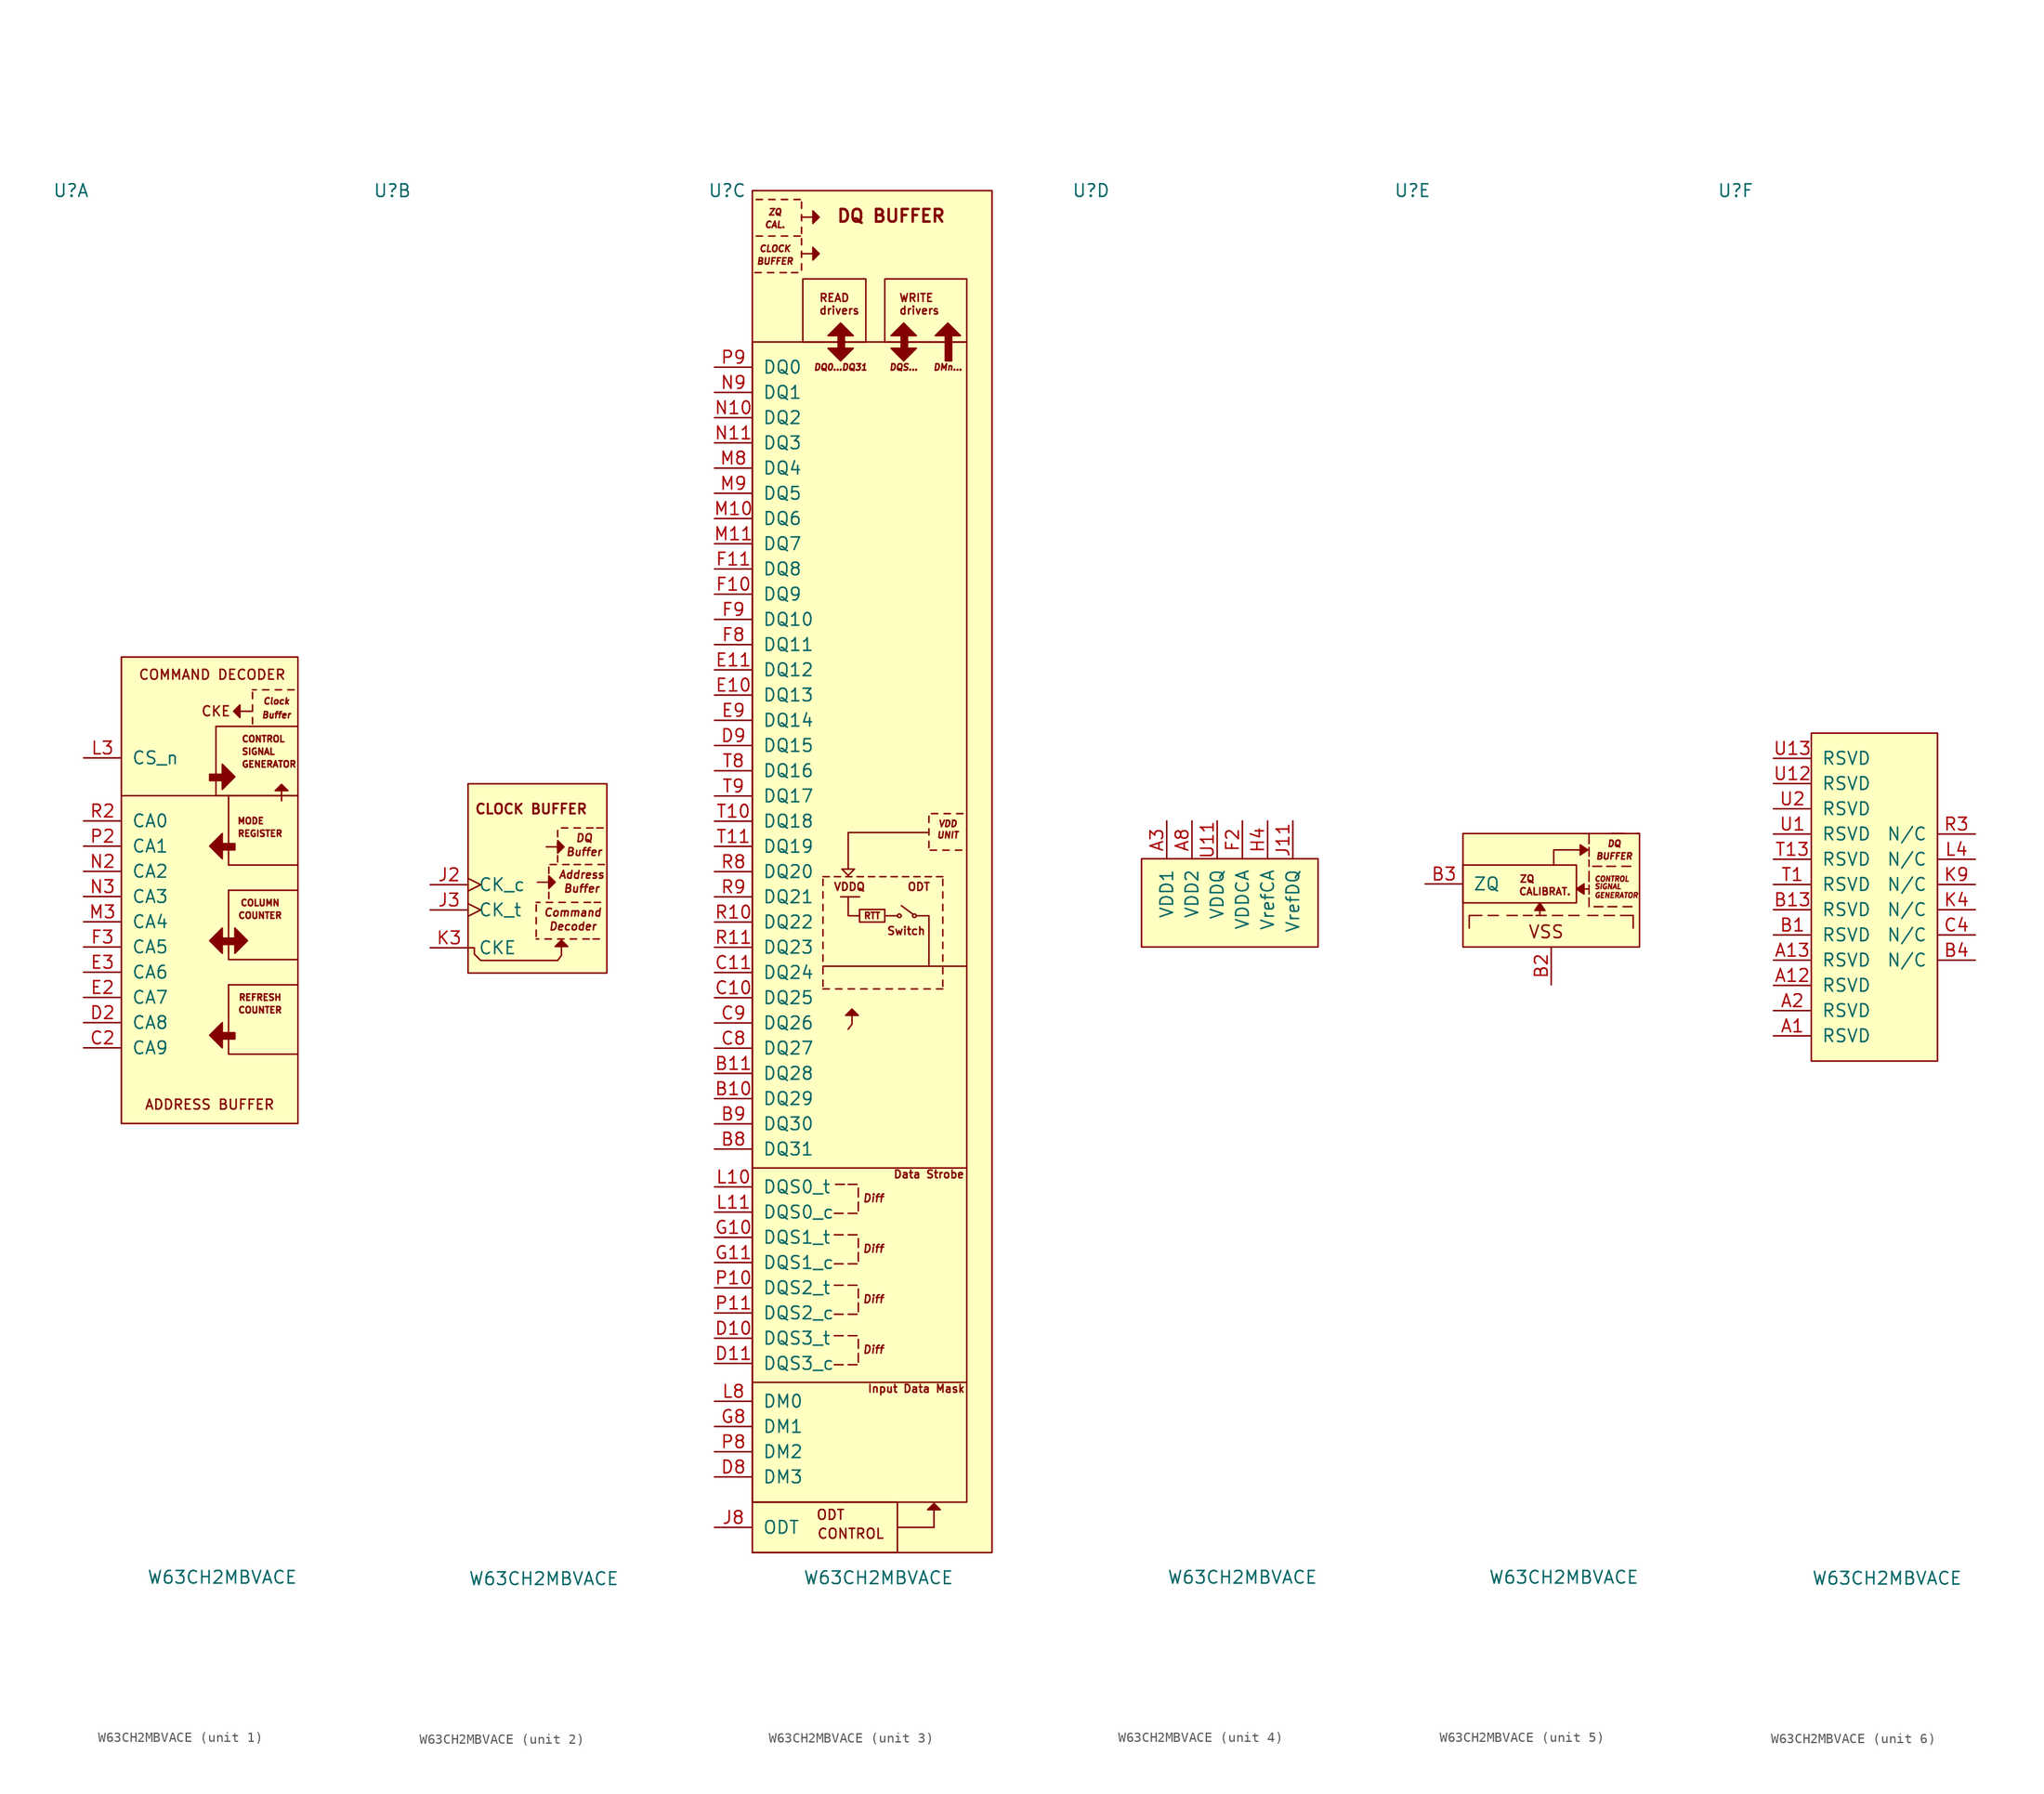
<source format=kicad_sym>
(kicad_symbol_lib
  (version 20211014)
  (generator kicad_symbol_editor)
  (symbol "W63CH2MBVACE"
    (pin_names
      (offset 1.016))
    (property "Reference" "U"
      (at -13.97 71.12 0)
      (effects (font (size 1.27 1.27))))
    (property "Value" "W63CH2MBVACE"
      (at 1.27 -68.58 0)
      (effects (font (size 1.27 1.27))))
    (property "ki_locked" ""
      (at 0 0 0)
      (effects (font (size 1.27 1.27))))
    (symbol "W63CH2MBVACE_1_1"
      (polyline (pts (xy -8.89 10.16) (xy 8.89 10.16)) (stroke (width 0) (type default) (color 0 0 0 0)) (fill (type none)))
      (polyline (pts (xy 0.635 17.145) (xy 8.89 17.145)) (stroke (width 0) (type default) (color 0 0 0 0)) (fill (type none)))
      (polyline (pts (xy 1.905 -8.89) (xy 8.89 -8.89)) (stroke (width 0) (type default) (color 0 0 0 0)) (fill (type none)))
      (polyline (pts (xy 1.905 0.635) (xy 8.89 0.635)) (stroke (width 0) (type default) (color 0 0 0 0)) (fill (type none)))
      (polyline (pts (xy 4.318 18.034) (xy 4.318 17.399)) (stroke (width 0) (type default) (color 0 0 0 0)) (fill (type none)))
      (polyline (pts (xy 4.318 18.669) (xy 3.048 18.669)) (stroke (width 0) (type default) (color 0 0 0 0)) (fill (type none)))
      (polyline (pts (xy 4.318 19.304) (xy 4.318 18.669)) (stroke (width 0) (type default) (color 0 0 0 0)) (fill (type none)))
      (polyline (pts (xy 4.318 20.574) (xy 4.318 19.939)) (stroke (width 0) (type default) (color 0 0 0 0)) (fill (type none)))
      (polyline (pts (xy 4.318 20.828) (xy 4.699 20.828)) (stroke (width 0) (type default) (color 0 0 0 0)) (fill (type none)))
      (polyline (pts (xy 5.334 20.828) (xy 5.969 20.828)) (stroke (width 0) (type default) (color 0 0 0 0)) (fill (type none)))
      (polyline (pts (xy 6.604 20.828) (xy 7.239 20.828)) (stroke (width 0) (type default) (color 0 0 0 0)) (fill (type none)))
      (polyline (pts (xy 7.239 9.652) (xy 7.239 10.922)) (stroke (width 0) (type default) (color 0 0 0 0)) (fill (type none)))
      (polyline (pts (xy 7.874 20.828) (xy 8.509 20.828)) (stroke (width 0) (type default) (color 0 0 0 0)) (fill (type none)))
      (polyline (pts (xy 1.905 -8.89) (xy 1.905 -15.875) (xy 5.08 -15.875) (xy 8.89 -15.875)) (stroke (width 0) (type default) (color 0 0 0 0)) (fill (type none)))
      (polyline (pts (xy 1.905 0.635) (xy 1.905 -6.35) (xy 5.08 -6.35) (xy 8.763 -6.35)) (stroke (width 0) (type default) (color 0 0 0 0)) (fill (type none)))
      (polyline (pts (xy 1.905 10.16) (xy 1.905 3.175) (xy 5.08 3.175) (xy 8.89 3.175)) (stroke (width 0) (type default) (color 0 0 0 0)) (fill (type none)))
      (polyline (pts (xy 3.048 18.034) (xy 3.048 19.304) (xy 2.413 18.669) (xy 3.048 18.034)) (stroke (width 0) (type default) (color 0 0 0 0)) (fill (type outline)))
      (polyline (pts (xy 6.604 10.668) (xy 7.874 10.668) (xy 7.239 11.303) (xy 6.604 10.668)) (stroke (width 0) (type default) (color 0 0 0 0)) (fill (type outline)))
      (polyline (pts (xy 0 -13.97) (xy 1.27 -12.7) (xy 0 -13.97) (xy 1.27 -15.24) (xy 1.27 -12.7)) (stroke (width 0) (type default) (color 0 0 0 0)) (fill (type outline)))
      (polyline (pts (xy 0 -4.445) (xy 1.27 -3.175) (xy 0 -4.445) (xy 1.27 -5.715) (xy 1.27 -3.175)) (stroke (width 0) (type default) (color 0 0 0 0)) (fill (type outline)))
      (polyline (pts (xy 0 5.08) (xy 1.27 6.35) (xy 0 5.08) (xy 1.27 3.81) (xy 1.27 6.35)) (stroke (width 0) (type default) (color 0 0 0 0)) (fill (type outline)))
      (polyline (pts (xy 0.635 17.145) (xy 0.635 13.97) (xy 0.635 10.16) (xy 5.715 10.16) (xy 8.89 10.16)) (stroke (width 0) (type default) (color 0 0 0 0)) (fill (type none)))
      (polyline (pts (xy 2.54 12.065) (xy 1.27 13.335) (xy 2.54 12.065) (xy 1.27 10.795) (xy 1.27 13.335)) (stroke (width 0) (type default) (color 0 0 0 0)) (fill (type outline)))
      (polyline (pts (xy 3.81 -4.445) (xy 2.54 -5.715) (xy 3.81 -4.445) (xy 2.54 -3.175) (xy 2.54 -5.715)) (stroke (width 0) (type default) (color 0 0 0 0)) (fill (type outline)))
      (rectangle (start 0 11.684) (end 1.27 12.319) (stroke (width 0) (type default) (color 0 0 0 0)) (fill (type outline)))
      (rectangle (start 2.54 -14.351) (end 1.27 -13.716) (stroke (width 0) (type default) (color 0 0 0 0)) (fill (type outline)))
      (rectangle (start 2.54 -4.826) (end 1.27 -4.191) (stroke (width 0) (type default) (color 0 0 0 0)) (fill (type outline)))
      (rectangle (start 2.54 4.699) (end 1.27 5.334) (stroke (width 0) (type default) (color 0 0 0 0)) (fill (type outline)))
      (rectangle (start 8.89 24.13) (end -8.89 -22.86) (stroke (width 0) (type default) (color 0 0 0 0)) (fill (type background)))
      (text "ADDRESS BUFFER" (at 0 -20.955 0) (effects (font (size 0.991 0.991))))
      (text "Buffer" (at 6.731 18.288 0) (effects (font (size 0.635 0.635) italic)))
      (text "CKE" (at 0.635 18.669 0) (effects (font (size 0.991 0.991))))
      (text "Clock" (at 6.731 19.685 0) (effects (font (size 0.635 0.635) italic)))
      (text "COLUMN" (at 5.08 -0.635 0) (effects (font (size 0.635 0.635))))
      (text "COMMAND DECODER" (at 0.254 22.352 0) (effects (font (size 0.991 0.991))))
      (text "CONTROL" (at 3.175 15.875 0) (effects (font (size 0.635 0.635)) (justify left)))
      (text "COUNTER" (at 5.08 -11.43 0) (effects (font (size 0.635 0.635))))
      (text "COUNTER" (at 5.08 -1.905 0) (effects (font (size 0.635 0.635))))
      (text "GENERATOR" (at 3.175 13.335 0) (effects (font (size 0.635 0.635)) (justify left)))
      (text "MODE" (at 4.14 7.62 0) (effects (font (size 0.635 0.635))))
      (text "REFRESH" (at 5.08 -10.16 0) (effects (font (size 0.635 0.635))))
      (text "REGISTER" (at 5.08 6.35 0) (effects (font (size 0.635 0.635))))
      (text "SIGNAL" (at 3.175 14.605 0) (effects (font (size 0.635 0.635)) (justify left)))
      (pin input line (at -12.7 -15.24 0) (length 3.81) (name "CA9" (effects (font (size 1.27 1.27)))) (number "C2" (effects (font (size 1.27 1.27)))))
      (pin input line (at -12.7 -12.7 0) (length 3.81) (name "CA8" (effects (font (size 1.27 1.27)))) (number "D2" (effects (font (size 1.27 1.27)))))
      (pin input line (at -12.7 -10.16 0) (length 3.81) (name "CA7" (effects (font (size 1.27 1.27)))) (number "E2" (effects (font (size 1.27 1.27)))))
      (pin input line (at -12.7 -7.62 0) (length 3.81) (name "CA6" (effects (font (size 1.27 1.27)))) (number "E3" (effects (font (size 1.27 1.27)))))
      (pin input line (at -12.7 -5.08 0) (length 3.81) (name "CA5" (effects (font (size 1.27 1.27)))) (number "F3" (effects (font (size 1.27 1.27)))))
      (pin input line (at -12.7 13.97 0) (length 3.81) (name "CS_n" (effects (font (size 1.27 1.27)))) (number "L3" (effects (font (size 1.27 1.27)))))
      (pin input line (at -12.7 -2.54 0) (length 3.81) (name "CA4" (effects (font (size 1.27 1.27)))) (number "M3" (effects (font (size 1.27 1.27)))))
      (pin input line (at -12.7 2.54 0) (length 3.81) (name "CA2" (effects (font (size 1.27 1.27)))) (number "N2" (effects (font (size 1.27 1.27)))))
      (pin input line (at -12.7 0 0) (length 3.81) (name "CA3" (effects (font (size 1.27 1.27)))) (number "N3" (effects (font (size 1.27 1.27)))))
      (pin input line (at -12.7 5.08 0) (length 3.81) (name "CA1" (effects (font (size 1.27 1.27)))) (number "P2" (effects (font (size 1.27 1.27)))))
      (pin input line (at -12.7 7.62 0) (length 3.81) (name "CA0" (effects (font (size 1.27 1.27)))) (number "R2" (effects (font (size 1.27 1.27))))))
    (symbol "W63CH2MBVACE_2_1"
      (polyline (pts (xy 0.508 -4.191) (xy 0.762 -4.191)) (stroke (width 0) (type default) (color 0 0 0 0)) (fill (type none)))
      (polyline (pts (xy 0.508 -3.302) (xy 0.508 -3.937)) (stroke (width 0) (type default) (color 0 0 0 0)) (fill (type none)))
      (polyline (pts (xy 0.508 -2.032) (xy 0.508 -2.667)) (stroke (width 0) (type default) (color 0 0 0 0)) (fill (type none)))
      (polyline (pts (xy 0.508 -0.762) (xy 0.508 -1.397)) (stroke (width 0) (type default) (color 0 0 0 0)) (fill (type none)))
      (polyline (pts (xy 0.508 -0.508) (xy 0.889 -0.508)) (stroke (width 0) (type default) (color 0 0 0 0)) (fill (type none)))
      (polyline (pts (xy 1.397 -4.191) (xy 2.032 -4.191)) (stroke (width 0) (type default) (color 0 0 0 0)) (fill (type none)))
      (polyline (pts (xy 1.524 -0.508) (xy 2.159 -0.508)) (stroke (width 0) (type default) (color 0 0 0 0)) (fill (type none)))
      (polyline (pts (xy 1.778 0.508) (xy 1.778 -0.127)) (stroke (width 0) (type default) (color 0 0 0 0)) (fill (type none)))
      (polyline (pts (xy 1.778 1.524) (xy 0.635 1.524)) (stroke (width 0) (type default) (color 0 0 0 0)) (fill (type none)))
      (polyline (pts (xy 1.778 1.778) (xy 1.778 1.143)) (stroke (width 0) (type default) (color 0 0 0 0)) (fill (type none)))
      (polyline (pts (xy 1.778 1.905) (xy 1.778 1.27)) (stroke (width 0) (type default) (color 0 0 0 0)) (fill (type none)))
      (polyline (pts (xy 1.778 3.048) (xy 1.778 2.413)) (stroke (width 0) (type default) (color 0 0 0 0)) (fill (type none)))
      (polyline (pts (xy 1.905 3.302) (xy 2.54 3.302)) (stroke (width 0) (type default) (color 0 0 0 0)) (fill (type none)))
      (polyline (pts (xy 2.667 -4.191) (xy 3.302 -4.191)) (stroke (width 0) (type default) (color 0 0 0 0)) (fill (type none)))
      (polyline (pts (xy 2.667 4.191) (xy 2.667 3.556)) (stroke (width 0) (type default) (color 0 0 0 0)) (fill (type none)))
      (polyline (pts (xy 2.667 5.08) (xy 1.524 5.08)) (stroke (width 0) (type default) (color 0 0 0 0)) (fill (type none)))
      (polyline (pts (xy 2.667 5.461) (xy 2.667 4.826)) (stroke (width 0) (type default) (color 0 0 0 0)) (fill (type none)))
      (polyline (pts (xy 2.667 6.731) (xy 2.667 6.096)) (stroke (width 0) (type default) (color 0 0 0 0)) (fill (type none)))
      (polyline (pts (xy 2.794 -0.508) (xy 3.429 -0.508)) (stroke (width 0) (type default) (color 0 0 0 0)) (fill (type none)))
      (polyline (pts (xy 3.048 6.985) (xy 3.683 6.985)) (stroke (width 0) (type default) (color 0 0 0 0)) (fill (type none)))
      (polyline (pts (xy 3.175 3.302) (xy 3.81 3.302)) (stroke (width 0) (type default) (color 0 0 0 0)) (fill (type none)))
      (polyline (pts (xy 3.937 -4.191) (xy 4.572 -4.191)) (stroke (width 0) (type default) (color 0 0 0 0)) (fill (type none)))
      (polyline (pts (xy 4.064 -0.508) (xy 4.699 -0.508)) (stroke (width 0) (type default) (color 0 0 0 0)) (fill (type none)))
      (polyline (pts (xy 4.318 3.302) (xy 4.953 3.302)) (stroke (width 0) (type default) (color 0 0 0 0)) (fill (type none)))
      (polyline (pts (xy 4.318 6.985) (xy 4.953 6.985)) (stroke (width 0) (type default) (color 0 0 0 0)) (fill (type none)))
      (polyline (pts (xy 5.207 -4.191) (xy 5.842 -4.191)) (stroke (width 0) (type default) (color 0 0 0 0)) (fill (type none)))
      (polyline (pts (xy 5.334 -0.508) (xy 5.969 -0.508)) (stroke (width 0) (type default) (color 0 0 0 0)) (fill (type none)))
      (polyline (pts (xy 5.461 3.302) (xy 6.096 3.302)) (stroke (width 0) (type default) (color 0 0 0 0)) (fill (type none)))
      (polyline (pts (xy 5.588 6.985) (xy 6.223 6.985)) (stroke (width 0) (type default) (color 0 0 0 0)) (fill (type none)))
      (polyline (pts (xy 6.223 -4.191) (xy 6.858 -4.191)) (stroke (width 0) (type default) (color 0 0 0 0)) (fill (type none)))
      (polyline (pts (xy 6.35 -0.508) (xy 6.985 -0.508)) (stroke (width 0) (type default) (color 0 0 0 0)) (fill (type none)))
      (polyline (pts (xy 6.604 6.985) (xy 7.239 6.985)) (stroke (width 0) (type default) (color 0 0 0 0)) (fill (type none)))
      (polyline (pts (xy 6.731 3.302) (xy 7.366 3.302)) (stroke (width 0) (type default) (color 0 0 0 0)) (fill (type none)))
      (polyline (pts (xy 2.667 -6.35) (xy 3.048 -5.842) (xy 3.048 -4.953)) (stroke (width 0) (type default) (color 0 0 0 0)) (fill (type none)))
      (polyline (pts (xy 1.778 2.159) (xy 1.778 0.889) (xy 2.413 1.524) (xy 1.778 2.159)) (stroke (width 0) (type default) (color 0 0 0 0)) (fill (type outline)))
      (polyline (pts (xy 2.413 -4.953) (xy 3.683 -4.953) (xy 3.048 -4.318) (xy 2.413 -4.953)) (stroke (width 0) (type default) (color 0 0 0 0)) (fill (type outline)))
      (polyline (pts (xy 2.667 5.715) (xy 2.667 4.445) (xy 3.302 5.08) (xy 2.667 5.715)) (stroke (width 0) (type default) (color 0 0 0 0)) (fill (type outline)))
      (polyline (pts (xy -6.35 -5.08) (xy -5.715 -5.08) (xy -5.715 -5.715) (xy -5.08 -6.35) (xy 2.667 -6.35)) (stroke (width 0) (type default) (color 0 0 0 0)) (fill (type none)))
      (rectangle (start 7.62 11.43) (end -6.35 -7.62) (stroke (width 0) (type default) (color 0 0 0 0)) (fill (type background)))
      (text "Address" (at 5.08 2.286 0) (effects (font (size 0.787 0.787) italic)))
      (text "Buffer" (at 5.08 0.889 0) (effects (font (size 0.787 0.787) italic)))
      (text "Buffer" (at 5.334 4.572 0) (effects (font (size 0.787 0.787) italic)))
      (text "CLOCK BUFFER" (at 0 8.89 0) (effects (font (size 0.991 0.991) bold)))
      (text "Command" (at 4.191 -1.524 0) (effects (font (size 0.787 0.787) italic)))
      (text "Decoder" (at 4.191 -2.921 0) (effects (font (size 0.787 0.787) italic)))
      (text "DQ" (at 5.334 5.969 0) (effects (font (size 0.787 0.787) italic)))
      (pin input clock (at -10.16 1.27 0) (length 3.81) (name "CK_c" (effects (font (size 1.27 1.27)))) (number "J2" (effects (font (size 1.27 1.27)))))
      (pin input clock (at -10.16 -1.27 0) (length 3.81) (name "CK_t" (effects (font (size 1.27 1.27)))) (number "J3" (effects (font (size 1.27 1.27)))))
      (pin input line (at -10.16 -5.08 0) (length 3.81) (name "CKE" (effects (font (size 1.27 1.27)))) (number "K3" (effects (font (size 1.27 1.27))))))
    (symbol "W63CH2MBVACE_3_1"
      (rectangle (start -11.43 -66.04) (end 12.7 71.12) (stroke (width 0) (type default) (color 0 0 0 0)) (fill (type background)))
      (rectangle (start -11.43 55.88) (end 10.16 -60.96) (stroke (width 0) (type default) (color 0 0 0 0)) (fill (type none)))
      (rectangle (start -6.35 62.23) (end 0 55.88) (stroke (width 0) (type default) (color 0 0 0 0)) (fill (type none)))
      (rectangle (start -2.159 56.515) (end -2.794 55.245) (stroke (width 0) (type default) (color 0 0 0 0)) (fill (type outline)))
      (polyline (pts (xy -11.43 -48.895) (xy 10.16 -48.895)) (stroke (width 0) (type default) (color 0 0 0 0)) (fill (type none)))
      (polyline (pts (xy -11.43 -27.305) (xy 10.16 -27.305)) (stroke (width 0) (type default) (color 0 0 0 0)) (fill (type none)))
      (polyline (pts (xy -11.176 62.865) (xy -10.541 62.865)) (stroke (width 0) (type default) (color 0 0 0 0)) (fill (type none)))
      (polyline (pts (xy -10.414 66.548) (xy -11.049 66.548)) (stroke (width 0) (type default) (color 0 0 0 0)) (fill (type none)))
      (polyline (pts (xy -10.414 70.231) (xy -11.049 70.231)) (stroke (width 0) (type default) (color 0 0 0 0)) (fill (type none)))
      (polyline (pts (xy -9.906 62.865) (xy -9.271 62.865)) (stroke (width 0) (type default) (color 0 0 0 0)) (fill (type none)))
      (polyline (pts (xy -9.144 66.548) (xy -9.779 66.548)) (stroke (width 0) (type default) (color 0 0 0 0)) (fill (type none)))
      (polyline (pts (xy -9.144 70.231) (xy -9.779 70.231)) (stroke (width 0) (type default) (color 0 0 0 0)) (fill (type none)))
      (polyline (pts (xy -8.636 62.865) (xy -8.001 62.865)) (stroke (width 0) (type default) (color 0 0 0 0)) (fill (type none)))
      (polyline (pts (xy -8.509 66.548) (xy -7.874 66.548)) (stroke (width 0) (type default) (color 0 0 0 0)) (fill (type none)))
      (polyline (pts (xy -8.509 70.231) (xy -7.874 70.231)) (stroke (width 0) (type default) (color 0 0 0 0)) (fill (type none)))
      (polyline (pts (xy -7.493 62.865) (xy -6.858 62.865)) (stroke (width 0) (type default) (color 0 0 0 0)) (fill (type none)))
      (polyline (pts (xy -6.604 66.548) (xy -7.239 66.548)) (stroke (width 0) (type default) (color 0 0 0 0)) (fill (type none)))
      (polyline (pts (xy -6.604 70.231) (xy -7.239 70.231)) (stroke (width 0) (type default) (color 0 0 0 0)) (fill (type none)))
      (polyline (pts (xy -6.477 63.754) (xy -6.477 63.119)) (stroke (width 0) (type default) (color 0 0 0 0)) (fill (type none)))
      (polyline (pts (xy -6.477 65.024) (xy -6.477 64.389)) (stroke (width 0) (type default) (color 0 0 0 0)) (fill (type none)))
      (polyline (pts (xy -6.477 66.294) (xy -6.477 65.659)) (stroke (width 0) (type default) (color 0 0 0 0)) (fill (type none)))
      (polyline (pts (xy -6.477 67.437) (xy -6.477 66.802)) (stroke (width 0) (type default) (color 0 0 0 0)) (fill (type none)))
      (polyline (pts (xy -6.477 68.707) (xy -6.477 68.072)) (stroke (width 0) (type default) (color 0 0 0 0)) (fill (type none)))
      (polyline (pts (xy -6.477 69.977) (xy -6.477 69.342)) (stroke (width 0) (type default) (color 0 0 0 0)) (fill (type none)))
      (polyline (pts (xy -5.334 64.77) (xy -6.477 64.77)) (stroke (width 0) (type default) (color 0 0 0 0)) (fill (type none)))
      (polyline (pts (xy -5.334 68.453) (xy -6.477 68.453)) (stroke (width 0) (type default) (color 0 0 0 0)) (fill (type none)))
      (polyline (pts (xy -4.318 -8.382) (xy -4.318 -9.017)) (stroke (width 0) (type default) (color 0 0 0 0)) (fill (type none)))
      (polyline (pts (xy -4.318 -7.112) (xy -4.318 -7.747)) (stroke (width 0) (type default) (color 0 0 0 0)) (fill (type none)))
      (polyline (pts (xy -4.318 -6.985) (xy 10.16 -6.985)) (stroke (width 0) (type default) (color 0 0 0 0)) (fill (type none)))
      (polyline (pts (xy -4.318 -5.842) (xy -4.318 -6.477)) (stroke (width 0) (type default) (color 0 0 0 0)) (fill (type none)))
      (polyline (pts (xy -4.318 -4.572) (xy -4.318 -5.207)) (stroke (width 0) (type default) (color 0 0 0 0)) (fill (type none)))
      (polyline (pts (xy -4.318 -3.302) (xy -4.318 -3.937)) (stroke (width 0) (type default) (color 0 0 0 0)) (fill (type none)))
      (polyline (pts (xy -4.318 -2.032) (xy -4.318 -2.667)) (stroke (width 0) (type default) (color 0 0 0 0)) (fill (type none)))
      (polyline (pts (xy -4.318 -0.762) (xy -4.318 -1.397)) (stroke (width 0) (type default) (color 0 0 0 0)) (fill (type none)))
      (polyline (pts (xy -4.318 0.508) (xy -4.318 -0.127)) (stroke (width 0) (type default) (color 0 0 0 0)) (fill (type none)))
      (polyline (pts (xy -4.318 1.778) (xy -4.318 1.143)) (stroke (width 0) (type default) (color 0 0 0 0)) (fill (type none)))
      (polyline (pts (xy -4.318 2.032) (xy -3.683 2.032)) (stroke (width 0) (type default) (color 0 0 0 0)) (fill (type none)))
      (polyline (pts (xy -3.683 -9.271) (xy -4.318 -9.271)) (stroke (width 0) (type default) (color 0 0 0 0)) (fill (type none)))
      (polyline (pts (xy -3.175 -44.196) (xy -2.286 -44.196)) (stroke (width 0) (type default) (color 0 0 0 0)) (fill (type none)))
      (polyline (pts (xy -3.175 -39.116) (xy -2.286 -39.116)) (stroke (width 0) (type default) (color 0 0 0 0)) (fill (type none)))
      (polyline (pts (xy -3.175 -34.036) (xy -2.286 -34.036)) (stroke (width 0) (type default) (color 0 0 0 0)) (fill (type none)))
      (polyline (pts (xy -3.048 -28.956) (xy -2.159 -28.956)) (stroke (width 0) (type default) (color 0 0 0 0)) (fill (type none)))
      (polyline (pts (xy -2.54 2.032) (xy -3.175 2.032)) (stroke (width 0) (type default) (color 0 0 0 0)) (fill (type none)))
      (polyline (pts (xy -2.413 -9.271) (xy -3.048 -9.271)) (stroke (width 0) (type default) (color 0 0 0 0)) (fill (type none)))
      (polyline (pts (xy -2.286 -47.117) (xy -3.175 -47.117)) (stroke (width 0) (type default) (color 0 0 0 0)) (fill (type none)))
      (polyline (pts (xy -2.286 -42.037) (xy -3.175 -42.037)) (stroke (width 0) (type default) (color 0 0 0 0)) (fill (type none)))
      (polyline (pts (xy -2.286 -36.957) (xy -3.175 -36.957)) (stroke (width 0) (type default) (color 0 0 0 0)) (fill (type none)))
      (polyline (pts (xy -2.286 -31.877) (xy -3.175 -31.877)) (stroke (width 0) (type default) (color 0 0 0 0)) (fill (type none)))
      (polyline (pts (xy -1.778 -44.196) (xy -0.889 -44.196)) (stroke (width 0) (type default) (color 0 0 0 0)) (fill (type none)))
      (polyline (pts (xy -1.778 -39.116) (xy -0.889 -39.116)) (stroke (width 0) (type default) (color 0 0 0 0)) (fill (type none)))
      (polyline (pts (xy -1.778 -34.036) (xy -0.889 -34.036)) (stroke (width 0) (type default) (color 0 0 0 0)) (fill (type none)))
      (polyline (pts (xy -1.778 -28.956) (xy -0.889 -28.956)) (stroke (width 0) (type default) (color 0 0 0 0)) (fill (type none)))
      (polyline (pts (xy -1.397 2.032) (xy -2.032 2.032)) (stroke (width 0) (type default) (color 0 0 0 0)) (fill (type none)))
      (polyline (pts (xy -1.143 -9.271) (xy -1.778 -9.271)) (stroke (width 0) (type default) (color 0 0 0 0)) (fill (type none)))
      (polyline (pts (xy -0.889 -47.117) (xy -1.778 -47.117)) (stroke (width 0) (type default) (color 0 0 0 0)) (fill (type none)))
      (polyline (pts (xy -0.889 -42.037) (xy -1.778 -42.037)) (stroke (width 0) (type default) (color 0 0 0 0)) (fill (type none)))
      (polyline (pts (xy -0.889 -36.957) (xy -1.778 -36.957)) (stroke (width 0) (type default) (color 0 0 0 0)) (fill (type none)))
      (polyline (pts (xy -0.889 -31.877) (xy -1.778 -31.877)) (stroke (width 0) (type default) (color 0 0 0 0)) (fill (type none)))
      (polyline (pts (xy -0.762 -46.863) (xy -0.762 -45.974)) (stroke (width 0) (type default) (color 0 0 0 0)) (fill (type none)))
      (polyline (pts (xy -0.762 -45.466) (xy -0.762 -44.577)) (stroke (width 0) (type default) (color 0 0 0 0)) (fill (type none)))
      (polyline (pts (xy -0.762 -41.783) (xy -0.762 -40.894)) (stroke (width 0) (type default) (color 0 0 0 0)) (fill (type none)))
      (polyline (pts (xy -0.762 -40.386) (xy -0.762 -39.497)) (stroke (width 0) (type default) (color 0 0 0 0)) (fill (type none)))
      (polyline (pts (xy -0.762 -36.703) (xy -0.762 -35.814)) (stroke (width 0) (type default) (color 0 0 0 0)) (fill (type none)))
      (polyline (pts (xy -0.762 -35.306) (xy -0.762 -34.417)) (stroke (width 0) (type default) (color 0 0 0 0)) (fill (type none)))
      (polyline (pts (xy -0.762 -31.623) (xy -0.762 -30.734)) (stroke (width 0) (type default) (color 0 0 0 0)) (fill (type none)))
      (polyline (pts (xy -0.762 -30.226) (xy -0.762 -29.337)) (stroke (width 0) (type default) (color 0 0 0 0)) (fill (type none)))
      (polyline (pts (xy -0.635 0) (xy -2.54 0)) (stroke (width 0) (type default) (color 0 0 0 0)) (fill (type none)))
      (polyline (pts (xy -0.254 2.032) (xy -0.889 2.032)) (stroke (width 0) (type default) (color 0 0 0 0)) (fill (type none)))
      (polyline (pts (xy 0.127 -9.271) (xy -0.508 -9.271)) (stroke (width 0) (type default) (color 0 0 0 0)) (fill (type none)))
      (polyline (pts (xy 0.889 2.032) (xy 0.254 2.032)) (stroke (width 0) (type default) (color 0 0 0 0)) (fill (type none)))
      (polyline (pts (xy 1.397 -9.271) (xy 0.762 -9.271)) (stroke (width 0) (type default) (color 0 0 0 0)) (fill (type none)))
      (polyline (pts (xy 1.905 -1.905) (xy 3.175 -1.905)) (stroke (width 0) (type default) (color 0 0 0 0)) (fill (type none)))
      (polyline (pts (xy 2.032 2.032) (xy 1.397 2.032)) (stroke (width 0) (type default) (color 0 0 0 0)) (fill (type none)))
      (polyline (pts (xy 2.667 -9.271) (xy 2.032 -9.271)) (stroke (width 0) (type default) (color 0 0 0 0)) (fill (type none)))
      (polyline (pts (xy 3.175 2.032) (xy 2.54 2.032)) (stroke (width 0) (type default) (color 0 0 0 0)) (fill (type none)))
      (polyline (pts (xy 3.937 -9.271) (xy 3.302 -9.271)) (stroke (width 0) (type default) (color 0 0 0 0)) (fill (type none)))
      (polyline (pts (xy 4.318 2.032) (xy 3.683 2.032)) (stroke (width 0) (type default) (color 0 0 0 0)) (fill (type none)))
      (polyline (pts (xy 4.775 -1.778) (xy 3.581 -0.889)) (stroke (width 0) (type default) (color 0 0 0 0)) (fill (type none)))
      (polyline (pts (xy 5.08 -1.905) (xy 6.35 -1.905)) (stroke (width 0) (type default) (color 0 0 0 0)) (fill (type none)))
      (polyline (pts (xy 5.207 -9.271) (xy 4.572 -9.271)) (stroke (width 0) (type default) (color 0 0 0 0)) (fill (type none)))
      (polyline (pts (xy 5.461 2.032) (xy 4.826 2.032)) (stroke (width 0) (type default) (color 0 0 0 0)) (fill (type none)))
      (polyline (pts (xy 6.35 -1.905) (xy 6.35 -6.985)) (stroke (width 0) (type default) (color 0 0 0 0)) (fill (type none)))
      (polyline (pts (xy 6.35 4.953) (xy 6.35 5.588)) (stroke (width 0) (type default) (color 0 0 0 0)) (fill (type none)))
      (polyline (pts (xy 6.35 6.223) (xy 6.35 6.858)) (stroke (width 0) (type default) (color 0 0 0 0)) (fill (type none)))
      (polyline (pts (xy 6.35 7.493) (xy 6.35 8.128)) (stroke (width 0) (type default) (color 0 0 0 0)) (fill (type none)))
      (polyline (pts (xy 6.477 -9.271) (xy 5.842 -9.271)) (stroke (width 0) (type default) (color 0 0 0 0)) (fill (type none)))
      (polyline (pts (xy 6.477 4.699) (xy 7.112 4.699)) (stroke (width 0) (type default) (color 0 0 0 0)) (fill (type none)))
      (polyline (pts (xy 6.604 2.032) (xy 5.969 2.032)) (stroke (width 0) (type default) (color 0 0 0 0)) (fill (type none)))
      (polyline (pts (xy 6.858 -63.5) (xy 3.175 -63.5)) (stroke (width 0) (type default) (color 0 0 0 0)) (fill (type none)))
      (polyline (pts (xy 6.858 -61.722) (xy 6.858 -63.5)) (stroke (width 0) (type default) (color 0 0 0 0)) (fill (type none)))
      (polyline (pts (xy 7.239 8.382) (xy 6.604 8.382)) (stroke (width 0) (type default) (color 0 0 0 0)) (fill (type none)))
      (polyline (pts (xy 7.747 -9.271) (xy 7.112 -9.271)) (stroke (width 0) (type default) (color 0 0 0 0)) (fill (type none)))
      (polyline (pts (xy 7.747 -8.382) (xy 7.747 -9.017)) (stroke (width 0) (type default) (color 0 0 0 0)) (fill (type none)))
      (polyline (pts (xy 7.747 -7.112) (xy 7.747 -7.747)) (stroke (width 0) (type default) (color 0 0 0 0)) (fill (type none)))
      (polyline (pts (xy 7.747 -5.842) (xy 7.747 -6.477)) (stroke (width 0) (type default) (color 0 0 0 0)) (fill (type none)))
      (polyline (pts (xy 7.747 -4.572) (xy 7.747 -5.207)) (stroke (width 0) (type default) (color 0 0 0 0)) (fill (type none)))
      (polyline (pts (xy 7.747 -3.302) (xy 7.747 -3.937)) (stroke (width 0) (type default) (color 0 0 0 0)) (fill (type none)))
      (polyline (pts (xy 7.747 -2.032) (xy 7.747 -2.667)) (stroke (width 0) (type default) (color 0 0 0 0)) (fill (type none)))
      (polyline (pts (xy 7.747 -0.762) (xy 7.747 -1.397)) (stroke (width 0) (type default) (color 0 0 0 0)) (fill (type none)))
      (polyline (pts (xy 7.747 0.508) (xy 7.747 -0.127)) (stroke (width 0) (type default) (color 0 0 0 0)) (fill (type none)))
      (polyline (pts (xy 7.747 1.778) (xy 7.747 1.143)) (stroke (width 0) (type default) (color 0 0 0 0)) (fill (type none)))
      (polyline (pts (xy 7.747 2.032) (xy 7.112 2.032)) (stroke (width 0) (type default) (color 0 0 0 0)) (fill (type none)))
      (polyline (pts (xy 7.747 4.699) (xy 8.382 4.699)) (stroke (width 0) (type default) (color 0 0 0 0)) (fill (type none)))
      (polyline (pts (xy 8.509 8.382) (xy 7.874 8.382)) (stroke (width 0) (type default) (color 0 0 0 0)) (fill (type none)))
      (polyline (pts (xy 9.017 4.699) (xy 9.652 4.699)) (stroke (width 0) (type default) (color 0 0 0 0)) (fill (type none)))
      (polyline (pts (xy 9.779 8.382) (xy 9.144 8.382)) (stroke (width 0) (type default) (color 0 0 0 0)) (fill (type none)))
      (polyline (pts (xy -1.778 -13.335) (xy -1.397 -12.827) (xy -1.397 -11.938)) (stroke (width 0) (type default) (color 0 0 0 0)) (fill (type none)))
      (polyline (pts (xy -1.778 0) (xy -1.778 -1.905) (xy -0.635 -1.905)) (stroke (width 0) (type default) (color 0 0 0 0)) (fill (type none)))
      (polyline (pts (xy -5.334 64.135) (xy -5.334 65.405) (xy -4.699 64.77) (xy -5.334 64.135)) (stroke (width 0) (type default) (color 0 0 0 0)) (fill (type outline)))
      (polyline (pts (xy -5.334 67.818) (xy -5.334 69.088) (xy -4.699 68.453) (xy -5.334 67.818)) (stroke (width 0) (type default) (color 0 0 0 0)) (fill (type outline)))
      (polyline (pts (xy -2.413 2.794) (xy -1.143 2.794) (xy -1.778 2.159) (xy -2.413 2.794)) (stroke (width 0) (type default) (color 0 0 0 0)) (fill (type none)))
      (polyline (pts (xy -2.032 -11.938) (xy -0.762 -11.938) (xy -1.397 -11.303) (xy -2.032 -11.938)) (stroke (width 0) (type default) (color 0 0 0 0)) (fill (type outline)))
      (polyline (pts (xy 6.223 -61.722) (xy 7.493 -61.722) (xy 6.858 -61.087) (xy 6.223 -61.722)) (stroke (width 0) (type default) (color 0 0 0 0)) (fill (type outline)))
      (polyline (pts (xy 6.35 6.477) (xy -1.778 6.477) (xy -1.778 4.572) (xy -1.778 2.794)) (stroke (width 0) (type default) (color 0 0 0 0)) (fill (type none)))
      (polyline (pts (xy -11.43 -66.04) (xy 3.175 -66.04) (xy 3.175 -62.865) (xy 3.175 -60.96) (xy -11.43 -60.96)) (stroke (width 0) (type default) (color 0 0 0 0)) (fill (type none)))
      (polyline (pts (xy -2.54 53.975) (xy -3.81 55.245) (xy -2.54 53.975) (xy -1.27 55.245) (xy -3.81 55.245)) (stroke (width 0) (type default) (color 0 0 0 0)) (fill (type outline)))
      (polyline (pts (xy -2.54 57.785) (xy -1.27 56.515) (xy -2.54 57.785) (xy -3.81 56.515) (xy -1.27 56.515)) (stroke (width 0) (type default) (color 0 0 0 0)) (fill (type outline)))
      (polyline (pts (xy 3.81 53.975) (xy 2.54 55.245) (xy 3.81 53.975) (xy 5.08 55.245) (xy 2.54 55.245)) (stroke (width 0) (type default) (color 0 0 0 0)) (fill (type outline)))
      (polyline (pts (xy 3.81 57.785) (xy 5.08 56.515) (xy 3.81 57.785) (xy 2.54 56.515) (xy 5.08 56.515)) (stroke (width 0) (type default) (color 0 0 0 0)) (fill (type outline)))
      (polyline (pts (xy 8.255 57.785) (xy 9.525 56.515) (xy 8.255 57.785) (xy 6.985 56.515) (xy 9.525 56.515)) (stroke (width 0) (type default) (color 0 0 0 0)) (fill (type outline)))
      (rectangle (start 1.905 -1.27) (end -0.635 -2.54) (stroke (width 0) (type default) (color 0 0 0 0)) (fill (type none)))
      (rectangle (start 1.905 62.23) (end 10.16 55.88) (stroke (width 0) (type default) (color 0 0 0 0)) (fill (type none)))
      (arc (start 3.175 -1.905) (mid 3.3782 -2.1082) (end 3.556 -1.905) (stroke (width 0) (type default) (color 0 0 0 0)) (fill (type none)))
      (arc (start 3.556 -1.905) (mid 3.3782 -1.7272) (end 3.175 -1.905) (stroke (width 0) (type default) (color 0 0 0 0)) (fill (type none)))
      (rectangle (start 4.191 56.515) (end 3.556 55.245) (stroke (width 0) (type default) (color 0 0 0 0)) (fill (type outline)))
      (arc (start 4.699 -1.905) (mid 4.9022 -2.1082) (end 5.08 -1.905) (stroke (width 0) (type default) (color 0 0 0 0)) (fill (type none)))
      (arc (start 5.08 -1.905) (mid 4.9022 -1.7272) (end 4.699 -1.905) (stroke (width 0) (type default) (color 0 0 0 0)) (fill (type none)))
      (rectangle (start 8.636 56.515) (end 8.001 53.975) (stroke (width 0) (type default) (color 0 0 0 0)) (fill (type outline)))
      (text "BUFFER" (at -9.144 64.008 0) (effects (font (size 0.635 0.635) italic)))
      (text "CAL." (at -9.144 67.691 0) (effects (font (size 0.635 0.635) italic)))
      (text "CLOCK" (at -9.144 65.278 0) (effects (font (size 0.635 0.635) italic)))
      (text "CONTROL" (at -1.524 -64.135 0) (effects (font (size 0.991 0.991))))
      (text "Data Strobe" (at 6.35 -27.94 0) (effects (font (size 0.787 0.787))))
      (text "Diff" (at 0.762 -45.593 0) (effects (font (size 0.787 0.787) italic)))
      (text "Diff" (at 0.762 -40.513 0) (effects (font (size 0.787 0.787) italic)))
      (text "Diff" (at 0.762 -35.433 0) (effects (font (size 0.787 0.787) italic)))
      (text "Diff" (at 0.762 -30.353 0) (effects (font (size 0.787 0.787) italic)))
      (text "DMn..." (at 8.255 53.34 0) (effects (font (size 0.635 0.635) italic)))
      (text "DQ BUFFER" (at 2.54 68.58 0) (effects (font (size 1.27 1.27) bold)))
      (text "DQ0...DQ31" (at -2.54 53.34 0) (effects (font (size 0.635 0.635) italic)))
      (text "DQS..." (at 3.81 53.34 0) (effects (font (size 0.635 0.635) italic)))
      (text "drivers" (at -2.667 59.055 0) (effects (font (size 0.787 0.787))))
      (text "drivers" (at 5.385 59.055 0) (effects (font (size 0.787 0.787))))
      (text "Input Data Mask" (at 5.08 -49.53 0) (effects (font (size 0.787 0.787))))
      (text "ODT" (at -3.556 -62.23 0) (effects (font (size 0.991 0.991))))
      (text "ODT" (at 5.334 1.016 0) (effects (font (size 0.787 0.787))))
      (text "READ" (at -3.175 60.325 0) (effects (font (size 0.787 0.787))))
      (text "RTT" (at 0.635 -1.905 0) (effects (font (size 0.635 0.635))))
      (text "Switch" (at 4.064 -3.429 0) (effects (font (size 0.787 0.787))))
      (text "UNIT" (at 8.255 6.223 0) (effects (font (size 0.635 0.635) italic)))
      (text "VDD" (at 8.255 7.366 0) (effects (font (size 0.635 0.635) italic)))
      (text "VDDQ" (at -1.651 1.016 0) (effects (font (size 0.787 0.787))))
      (text "WRITE" (at 5.08 60.325 0) (effects (font (size 0.787 0.787))))
      (text "ZQ" (at -9.144 68.961 0) (effects (font (size 0.635 0.635) italic)))
      (pin bidirectional line (at -15.24 -20.32 0) (length 3.81) (name "DQ29" (effects (font (size 1.27 1.27)))) (number "B10" (effects (font (size 1.27 1.27)))))
      (pin bidirectional line (at -15.24 -17.78 0) (length 3.81) (name "DQ28" (effects (font (size 1.27 1.27)))) (number "B11" (effects (font (size 1.27 1.27)))))
      (pin bidirectional line (at -15.24 -25.4 0) (length 3.81) (name "DQ31" (effects (font (size 1.27 1.27)))) (number "B8" (effects (font (size 1.27 1.27)))))
      (pin bidirectional line (at -15.24 -22.86 0) (length 3.81) (name "DQ30" (effects (font (size 1.27 1.27)))) (number "B9" (effects (font (size 1.27 1.27)))))
      (pin bidirectional line (at -15.24 -10.16 0) (length 3.81) (name "DQ25" (effects (font (size 1.27 1.27)))) (number "C10" (effects (font (size 1.27 1.27)))))
      (pin bidirectional line (at -15.24 -7.62 0) (length 3.81) (name "DQ24" (effects (font (size 1.27 1.27)))) (number "C11" (effects (font (size 1.27 1.27)))))
      (pin bidirectional line (at -15.24 -15.24 0) (length 3.81) (name "DQ27" (effects (font (size 1.27 1.27)))) (number "C8" (effects (font (size 1.27 1.27)))))
      (pin bidirectional line (at -15.24 -12.7 0) (length 3.81) (name "DQ26" (effects (font (size 1.27 1.27)))) (number "C9" (effects (font (size 1.27 1.27)))))
      (pin input line (at -15.24 -44.45 0) (length 3.81) (name "DQS3_t" (effects (font (size 1.27 1.27)))) (number "D10" (effects (font (size 1.27 1.27)))))
      (pin input line (at -15.24 -46.99 0) (length 3.81) (name "DQS3_c" (effects (font (size 1.27 1.27)))) (number "D11" (effects (font (size 1.27 1.27)))))
      (pin input line (at -15.24 -58.42 0) (length 3.81) (name "DM3" (effects (font (size 1.27 1.27)))) (number "D8" (effects (font (size 1.27 1.27)))))
      (pin bidirectional line (at -15.24 15.24 0) (length 3.81) (name "DQ15" (effects (font (size 1.27 1.27)))) (number "D9" (effects (font (size 1.27 1.27)))))
      (pin bidirectional line (at -15.24 20.32 0) (length 3.81) (name "DQ13" (effects (font (size 1.27 1.27)))) (number "E10" (effects (font (size 1.27 1.27)))))
      (pin bidirectional line (at -15.24 22.86 0) (length 3.81) (name "DQ12" (effects (font (size 1.27 1.27)))) (number "E11" (effects (font (size 1.27 1.27)))))
      (pin bidirectional line (at -15.24 17.78 0) (length 3.81) (name "DQ14" (effects (font (size 1.27 1.27)))) (number "E9" (effects (font (size 1.27 1.27)))))
      (pin bidirectional line (at -15.24 30.48 0) (length 3.81) (name "DQ9" (effects (font (size 1.27 1.27)))) (number "F10" (effects (font (size 1.27 1.27)))))
      (pin bidirectional line (at -15.24 33.02 0) (length 3.81) (name "DQ8" (effects (font (size 1.27 1.27)))) (number "F11" (effects (font (size 1.27 1.27)))))
      (pin bidirectional line (at -15.24 25.4 0) (length 3.81) (name "DQ11" (effects (font (size 1.27 1.27)))) (number "F8" (effects (font (size 1.27 1.27)))))
      (pin bidirectional line (at -15.24 27.94 0) (length 3.81) (name "DQ10" (effects (font (size 1.27 1.27)))) (number "F9" (effects (font (size 1.27 1.27)))))
      (pin input line (at -15.24 -34.29 0) (length 3.81) (name "DQS1_t" (effects (font (size 1.27 1.27)))) (number "G10" (effects (font (size 1.27 1.27)))))
      (pin input line (at -15.24 -36.83 0) (length 3.81) (name "DQS1_c" (effects (font (size 1.27 1.27)))) (number "G11" (effects (font (size 1.27 1.27)))))
      (pin input line (at -15.24 -53.34 0) (length 3.81) (name "DM1" (effects (font (size 1.27 1.27)))) (number "G8" (effects (font (size 1.27 1.27)))))
      (pin input line (at -15.24 -63.5 0) (length 3.81) (name "ODT" (effects (font (size 1.27 1.27)))) (number "J8" (effects (font (size 1.27 1.27)))))
      (pin input line (at -15.24 -29.21 0) (length 3.81) (name "DQS0_t" (effects (font (size 1.27 1.27)))) (number "L10" (effects (font (size 1.27 1.27)))))
      (pin input line (at -15.24 -31.75 0) (length 3.81) (name "DQS0_c" (effects (font (size 1.27 1.27)))) (number "L11" (effects (font (size 1.27 1.27)))))
      (pin input line (at -15.24 -50.8 0) (length 3.81) (name "DM0" (effects (font (size 1.27 1.27)))) (number "L8" (effects (font (size 1.27 1.27)))))
      (pin bidirectional line (at -15.24 38.1 0) (length 3.81) (name "DQ6" (effects (font (size 1.27 1.27)))) (number "M10" (effects (font (size 1.27 1.27)))))
      (pin bidirectional line (at -15.24 35.56 0) (length 3.81) (name "DQ7" (effects (font (size 1.27 1.27)))) (number "M11" (effects (font (size 1.27 1.27)))))
      (pin bidirectional line (at -15.24 43.18 0) (length 3.81) (name "DQ4" (effects (font (size 1.27 1.27)))) (number "M8" (effects (font (size 1.27 1.27)))))
      (pin bidirectional line (at -15.24 40.64 0) (length 3.81) (name "DQ5" (effects (font (size 1.27 1.27)))) (number "M9" (effects (font (size 1.27 1.27)))))
      (pin bidirectional line (at -15.24 48.26 0) (length 3.81) (name "DQ2" (effects (font (size 1.27 1.27)))) (number "N10" (effects (font (size 1.27 1.27)))))
      (pin bidirectional line (at -15.24 45.72 0) (length 3.81) (name "DQ3" (effects (font (size 1.27 1.27)))) (number "N11" (effects (font (size 1.27 1.27)))))
      (pin bidirectional line (at -15.24 50.8 0) (length 3.81) (name "DQ1" (effects (font (size 1.27 1.27)))) (number "N9" (effects (font (size 1.27 1.27)))))
      (pin input line (at -15.24 -39.37 0) (length 3.81) (name "DQS2_t" (effects (font (size 1.27 1.27)))) (number "P10" (effects (font (size 1.27 1.27)))))
      (pin input line (at -15.24 -41.91 0) (length 3.81) (name "DQS2_c" (effects (font (size 1.27 1.27)))) (number "P11" (effects (font (size 1.27 1.27)))))
      (pin input line (at -15.24 -55.88 0) (length 3.81) (name "DM2" (effects (font (size 1.27 1.27)))) (number "P8" (effects (font (size 1.27 1.27)))))
      (pin bidirectional line (at -15.24 53.34 0) (length 3.81) (name "DQ0" (effects (font (size 1.27 1.27)))) (number "P9" (effects (font (size 1.27 1.27)))))
      (pin bidirectional line (at -15.24 -2.54 0) (length 3.81) (name "DQ22" (effects (font (size 1.27 1.27)))) (number "R10" (effects (font (size 1.27 1.27)))))
      (pin bidirectional line (at -15.24 -5.08 0) (length 3.81) (name "DQ23" (effects (font (size 1.27 1.27)))) (number "R11" (effects (font (size 1.27 1.27)))))
      (pin bidirectional line (at -15.24 2.54 0) (length 3.81) (name "DQ20" (effects (font (size 1.27 1.27)))) (number "R8" (effects (font (size 1.27 1.27)))))
      (pin bidirectional line (at -15.24 0 0) (length 3.81) (name "DQ21" (effects (font (size 1.27 1.27)))) (number "R9" (effects (font (size 1.27 1.27)))))
      (pin bidirectional line (at -15.24 7.62 0) (length 3.81) (name "DQ18" (effects (font (size 1.27 1.27)))) (number "T10" (effects (font (size 1.27 1.27)))))
      (pin bidirectional line (at -15.24 5.08 0) (length 3.81) (name "DQ19" (effects (font (size 1.27 1.27)))) (number "T11" (effects (font (size 1.27 1.27)))))
      (pin bidirectional line (at -15.24 12.7 0) (length 3.81) (name "DQ16" (effects (font (size 1.27 1.27)))) (number "T8" (effects (font (size 1.27 1.27)))))
      (pin bidirectional line (at -15.24 10.16 0) (length 3.81) (name "DQ17" (effects (font (size 1.27 1.27)))) (number "T9" (effects (font (size 1.27 1.27))))))
    (symbol "W63CH2MBVACE_4_1"
      (rectangle (start -8.89 3.81) (end 8.89 -5.08) (stroke (width 0) (type default) (color 0 0 0 0)) (fill (type background)))
      (pin passive line (at -6.35 7.62 270) (length 3.81) hide (name "VDD1" (effects (font (size 1.27 1.27)))) (number "A10" (effects (font (size 1.27 1.27)))))
      (pin passive line (at -1.27 7.62 270) (length 3.81) hide (name "VDDQ" (effects (font (size 1.27 1.27)))) (number "A11" (effects (font (size 1.27 1.27)))))
      (pin power_in line (at -6.35 7.62 270) (length 3.81) (name "VDD1" (effects (font (size 1.27 1.27)))) (number "A3" (effects (font (size 1.27 1.27)))))
      (pin passive line (at -6.35 7.62 270) (length 3.81) hide (name "VDD1" (effects (font (size 1.27 1.27)))) (number "A4" (effects (font (size 1.27 1.27)))))
      (pin passive line (at -6.35 7.62 270) (length 3.81) hide (name "VDD1" (effects (font (size 1.27 1.27)))) (number "A5" (effects (font (size 1.27 1.27)))))
      (pin passive line (at -6.35 7.62 270) (length 3.81) hide (name "VDD1" (effects (font (size 1.27 1.27)))) (number "A6" (effects (font (size 1.27 1.27)))))
      (pin power_in line (at -3.81 7.62 270) (length 3.81) (name "VDD2" (effects (font (size 1.27 1.27)))) (number "A8" (effects (font (size 1.27 1.27)))))
      (pin passive line (at -3.81 7.62 270) (length 3.81) hide (name "VDD2" (effects (font (size 1.27 1.27)))) (number "A9" (effects (font (size 1.27 1.27)))))
      (pin passive line (at -1.27 7.62 270) (length 3.81) hide (name "VDDQ" (effects (font (size 1.27 1.27)))) (number "C12" (effects (font (size 1.27 1.27)))))
      (pin passive line (at -3.81 7.62 270) (length 3.81) hide (name "VDD2" (effects (font (size 1.27 1.27)))) (number "D4" (effects (font (size 1.27 1.27)))))
      (pin passive line (at -3.81 7.62 270) (length 3.81) hide (name "VDD2" (effects (font (size 1.27 1.27)))) (number "D5" (effects (font (size 1.27 1.27)))))
      (pin passive line (at -3.81 7.62 270) (length 3.81) hide (name "VDD2" (effects (font (size 1.27 1.27)))) (number "D6" (effects (font (size 1.27 1.27)))))
      (pin passive line (at -1.27 7.62 270) (length 3.81) hide (name "VDDQ" (effects (font (size 1.27 1.27)))) (number "E12" (effects (font (size 1.27 1.27)))))
      (pin passive line (at -1.27 7.62 270) (length 3.81) hide (name "VDDQ" (effects (font (size 1.27 1.27)))) (number "E8" (effects (font (size 1.27 1.27)))))
      (pin power_in line (at 1.27 7.62 270) (length 3.81) (name "VDDCA" (effects (font (size 1.27 1.27)))) (number "F2" (effects (font (size 1.27 1.27)))))
      (pin passive line (at -1.27 7.62 270) (length 3.81) hide (name "VDDQ" (effects (font (size 1.27 1.27)))) (number "G12" (effects (font (size 1.27 1.27)))))
      (pin passive line (at 1.27 7.62 270) (length 3.81) hide (name "VDDCA" (effects (font (size 1.27 1.27)))) (number "G2" (effects (font (size 1.27 1.27)))))
      (pin passive line (at -3.81 7.62 270) (length 3.81) hide (name "VDD2" (effects (font (size 1.27 1.27)))) (number "G5" (effects (font (size 1.27 1.27)))))
      (pin passive line (at -1.27 7.62 270) (length 3.81) hide (name "VDDQ" (effects (font (size 1.27 1.27)))) (number "H11" (effects (font (size 1.27 1.27)))))
      (pin passive line (at -3.81 7.62 270) (length 3.81) hide (name "VDD2" (effects (font (size 1.27 1.27)))) (number "H12" (effects (font (size 1.27 1.27)))))
      (pin passive line (at 1.27 7.62 270) (length 3.81) hide (name "VDDCA" (effects (font (size 1.27 1.27)))) (number "H3" (effects (font (size 1.27 1.27)))))
      (pin power_in line (at 3.81 7.62 270) (length 3.81) (name "VrefCA" (effects (font (size 1.27 1.27)))) (number "H4" (effects (font (size 1.27 1.27)))))
      (pin passive line (at -3.81 7.62 270) (length 3.81) hide (name "VDD2" (effects (font (size 1.27 1.27)))) (number "H5" (effects (font (size 1.27 1.27)))))
      (pin passive line (at -3.81 7.62 270) (length 3.81) hide (name "VDD2" (effects (font (size 1.27 1.27)))) (number "H6" (effects (font (size 1.27 1.27)))))
      (pin passive line (at -1.27 7.62 270) (length 3.81) hide (name "VDDQ" (effects (font (size 1.27 1.27)))) (number "H8" (effects (font (size 1.27 1.27)))))
      (pin passive line (at -1.27 7.62 270) (length 3.81) hide (name "VDDQ" (effects (font (size 1.27 1.27)))) (number "H9" (effects (font (size 1.27 1.27)))))
      (pin passive line (at -1.27 7.62 270) (length 3.81) hide (name "VDDQ" (effects (font (size 1.27 1.27)))) (number "J10" (effects (font (size 1.27 1.27)))))
      (pin power_in line (at 6.35 7.62 270) (length 3.81) (name "VrefDQ" (effects (font (size 1.27 1.27)))) (number "J11" (effects (font (size 1.27 1.27)))))
      (pin passive line (at -3.81 7.62 270) (length 3.81) hide (name "VDD2" (effects (font (size 1.27 1.27)))) (number "J5" (effects (font (size 1.27 1.27)))))
      (pin passive line (at -3.81 7.62 270) (length 3.81) hide (name "VDD2" (effects (font (size 1.27 1.27)))) (number "J6" (effects (font (size 1.27 1.27)))))
      (pin passive line (at -1.27 7.62 270) (length 3.81) hide (name "VDDQ" (effects (font (size 1.27 1.27)))) (number "J9" (effects (font (size 1.27 1.27)))))
      (pin passive line (at -1.27 7.62 270) (length 3.81) hide (name "VDDQ" (effects (font (size 1.27 1.27)))) (number "K11" (effects (font (size 1.27 1.27)))))
      (pin passive line (at -3.81 7.62 270) (length 3.81) hide (name "VDD2" (effects (font (size 1.27 1.27)))) (number "K12" (effects (font (size 1.27 1.27)))))
      (pin passive line (at -3.81 7.62 270) (length 3.81) hide (name "VDD2" (effects (font (size 1.27 1.27)))) (number "K5" (effects (font (size 1.27 1.27)))))
      (pin passive line (at -3.81 7.62 270) (length 3.81) hide (name "VDD2" (effects (font (size 1.27 1.27)))) (number "K6" (effects (font (size 1.27 1.27)))))
      (pin passive line (at -1.27 7.62 270) (length 3.81) hide (name "VDDQ" (effects (font (size 1.27 1.27)))) (number "K8" (effects (font (size 1.27 1.27)))))
      (pin passive line (at -1.27 7.62 270) (length 3.81) hide (name "VDDQ" (effects (font (size 1.27 1.27)))) (number "L12" (effects (font (size 1.27 1.27)))))
      (pin passive line (at 1.27 7.62 270) (length 3.81) hide (name "VDDCA" (effects (font (size 1.27 1.27)))) (number "L2" (effects (font (size 1.27 1.27)))))
      (pin passive line (at -3.81 7.62 270) (length 3.81) hide (name "VDD2" (effects (font (size 1.27 1.27)))) (number "L5" (effects (font (size 1.27 1.27)))))
      (pin passive line (at 1.27 7.62 270) (length 3.81) hide (name "VDDCA" (effects (font (size 1.27 1.27)))) (number "M2" (effects (font (size 1.27 1.27)))))
      (pin passive line (at -1.27 7.62 270) (length 3.81) hide (name "VDDQ" (effects (font (size 1.27 1.27)))) (number "N12" (effects (font (size 1.27 1.27)))))
      (pin passive line (at -1.27 7.62 270) (length 3.81) hide (name "VDDQ" (effects (font (size 1.27 1.27)))) (number "N8" (effects (font (size 1.27 1.27)))))
      (pin passive line (at -3.81 7.62 270) (length 3.81) hide (name "VDD2" (effects (font (size 1.27 1.27)))) (number "P4" (effects (font (size 1.27 1.27)))))
      (pin passive line (at -3.81 7.62 270) (length 3.81) hide (name "VDD2" (effects (font (size 1.27 1.27)))) (number "P5" (effects (font (size 1.27 1.27)))))
      (pin passive line (at -3.81 7.62 270) (length 3.81) hide (name "VDD2" (effects (font (size 1.27 1.27)))) (number "P6" (effects (font (size 1.27 1.27)))))
      (pin passive line (at -1.27 7.62 270) (length 3.81) hide (name "VDDQ" (effects (font (size 1.27 1.27)))) (number "R12" (effects (font (size 1.27 1.27)))))
      (pin passive line (at -6.35 7.62 270) (length 3.81) hide (name "VDD1" (effects (font (size 1.27 1.27)))) (number "U10" (effects (font (size 1.27 1.27)))))
      (pin power_in line (at -1.27 7.62 270) (length 3.81) (name "VDDQ" (effects (font (size 1.27 1.27)))) (number "U11" (effects (font (size 1.27 1.27)))))
      (pin passive line (at -6.35 7.62 270) (length 3.81) hide (name "VDD1" (effects (font (size 1.27 1.27)))) (number "U3" (effects (font (size 1.27 1.27)))))
      (pin passive line (at -6.35 7.62 270) (length 3.81) hide (name "VDD1" (effects (font (size 1.27 1.27)))) (number "U4" (effects (font (size 1.27 1.27)))))
      (pin passive line (at -6.35 7.62 270) (length 3.81) hide (name "VDD1" (effects (font (size 1.27 1.27)))) (number "U5" (effects (font (size 1.27 1.27)))))
      (pin passive line (at -6.35 7.62 270) (length 3.81) hide (name "VDD1" (effects (font (size 1.27 1.27)))) (number "U6" (effects (font (size 1.27 1.27)))))
      (pin passive line (at -3.81 7.62 270) (length 3.81) hide (name "VDD2" (effects (font (size 1.27 1.27)))) (number "U8" (effects (font (size 1.27 1.27)))))
      (pin passive line (at -3.81 7.62 270) (length 3.81) hide (name "VDD2" (effects (font (size 1.27 1.27)))) (number "U9" (effects (font (size 1.27 1.27))))))
    (symbol "W63CH2MBVACE_5_1"
      (rectangle (start -8.89 3.175) (end 2.54 -0.635) (stroke (width 0) (type default) (color 0 0 0 0)) (fill (type none)))
      (polyline (pts (xy -5.334 -1.905) (xy -6.35 -1.905)) (stroke (width 0) (type default) (color 0 0 0 0)) (fill (type none)))
      (polyline (pts (xy -3.429 -1.905) (xy -4.445 -1.905)) (stroke (width 0) (type default) (color 0 0 0 0)) (fill (type none)))
      (polyline (pts (xy -1.905 -1.905) (xy -2.794 -1.905)) (stroke (width 0) (type default) (color 0 0 0 0)) (fill (type none)))
      (polyline (pts (xy -1.143 -1.27) (xy -1.143 -1.905)) (stroke (width 0) (type default) (color 0 0 0 0)) (fill (type none)))
      (polyline (pts (xy -0.508 -1.905) (xy -1.524 -1.905)) (stroke (width 0) (type default) (color 0 0 0 0)) (fill (type none)))
      (polyline (pts (xy 1.143 -1.905) (xy 0.127 -1.905)) (stroke (width 0) (type default) (color 0 0 0 0)) (fill (type none)))
      (polyline (pts (xy 2.794 -1.905) (xy 1.778 -1.905)) (stroke (width 0) (type default) (color 0 0 0 0)) (fill (type none)))
      (polyline (pts (xy 3.048 4.699) (xy 2.413 4.699)) (stroke (width 0) (type default) (color 0 0 0 0)) (fill (type none)))
      (polyline (pts (xy 3.175 0.762) (xy 3.81 0.762)) (stroke (width 0) (type default) (color 0 0 0 0)) (fill (type none)))
      (polyline (pts (xy 3.81 -1.016) (xy 3.81 -0.127)) (stroke (width 0) (type default) (color 0 0 0 0)) (fill (type none)))
      (polyline (pts (xy 3.81 0.254) (xy 3.81 1.143)) (stroke (width 0) (type default) (color 0 0 0 0)) (fill (type none)))
      (polyline (pts (xy 3.81 1.524) (xy 3.81 2.54)) (stroke (width 0) (type default) (color 0 0 0 0)) (fill (type none)))
      (polyline (pts (xy 3.81 3.048) (xy 3.81 3.683)) (stroke (width 0) (type default) (color 0 0 0 0)) (fill (type none)))
      (polyline (pts (xy 3.81 4.064) (xy 3.81 4.953)) (stroke (width 0) (type default) (color 0 0 0 0)) (fill (type none)))
      (polyline (pts (xy 3.81 5.334) (xy 3.81 6.35)) (stroke (width 0) (type default) (color 0 0 0 0)) (fill (type none)))
      (polyline (pts (xy 4.699 -1.905) (xy 3.683 -1.905)) (stroke (width 0) (type default) (color 0 0 0 0)) (fill (type none)))
      (polyline (pts (xy 5.08 3.048) (xy 4.191 3.048)) (stroke (width 0) (type default) (color 0 0 0 0)) (fill (type none)))
      (polyline (pts (xy 5.207 -1.016) (xy 4.318 -1.016)) (stroke (width 0) (type default) (color 0 0 0 0)) (fill (type none)))
      (polyline (pts (xy 6.35 -1.905) (xy 5.334 -1.905)) (stroke (width 0) (type default) (color 0 0 0 0)) (fill (type none)))
      (polyline (pts (xy 6.477 3.048) (xy 5.588 3.048)) (stroke (width 0) (type default) (color 0 0 0 0)) (fill (type none)))
      (polyline (pts (xy 6.604 -1.016) (xy 5.715 -1.016)) (stroke (width 0) (type default) (color 0 0 0 0)) (fill (type none)))
      (polyline (pts (xy 7.366 6.35) (xy 6.096 6.35)) (stroke (width 0) (type default) (color 0 0 0 0)) (fill (type none)))
      (polyline (pts (xy 8.001 3.048) (xy 7.112 3.048)) (stroke (width 0) (type default) (color 0 0 0 0)) (fill (type none)))
      (polyline (pts (xy 8.128 -1.016) (xy 7.239 -1.016)) (stroke (width 0) (type default) (color 0 0 0 0)) (fill (type none)))
      (polyline (pts (xy 8.255 -1.905) (xy 6.985 -1.905)) (stroke (width 0) (type default) (color 0 0 0 0)) (fill (type none)))
      (polyline (pts (xy 8.89 6.35) (xy 8.636 6.35)) (stroke (width 0) (type default) (color 0 0 0 0)) (fill (type none)))
      (polyline (pts (xy -8.255 -3.175) (xy -8.255 -1.905) (xy -6.985 -1.905)) (stroke (width 0) (type default) (color 0 0 0 0)) (fill (type none)))
      (polyline (pts (xy 2.413 4.699) (xy 0.254 4.699) (xy 0.254 3.175)) (stroke (width 0) (type default) (color 0 0 0 0)) (fill (type none)))
      (polyline (pts (xy 8.255 -1.905) (xy 8.255 -3.175) (xy 8.255 -1.905)) (stroke (width 0) (type default) (color 0 0 0 0)) (fill (type none)))
      (polyline (pts (xy -1.651 -1.397) (xy -1.143 -0.635) (xy -0.635 -1.397) (xy -1.143 -1.397) (xy -1.651 -1.397)) (stroke (width 0) (type default) (color 0 0 0 0)) (fill (type outline)))
      (polyline (pts (xy 2.921 5.207) (xy 3.683 4.699) (xy 2.921 4.191) (xy 2.921 4.699) (xy 2.921 5.207)) (stroke (width 0) (type default) (color 0 0 0 0)) (fill (type outline)))
      (polyline (pts (xy 3.302 0.254) (xy 2.54 0.762) (xy 3.302 1.27) (xy 3.302 0.762) (xy 3.302 0.254)) (stroke (width 0) (type default) (color 0 0 0 0)) (fill (type outline)))
      (rectangle (start 8.89 6.35) (end -8.89 -5.08) (stroke (width 0) (type default) (color 0 0 0 0)) (fill (type background)))
      (text "BUFFER" (at 6.35 4.064 0) (effects (font (size 0.635 0.635) italic)))
      (text "CALIBRAT." (at -0.635 0.508 0) (effects (font (size 0.711 0.711))))
      (text "CONTROL" (at 4.318 1.778 0) (effects (font (size 0.508 0.508) italic) (justify left)))
      (text "DQ" (at 6.35 5.334 0) (effects (font (size 0.635 0.635) italic)))
      (text "GENERATOR" (at 4.318 0.127 0) (effects (font (size 0.508 0.508) italic) (justify left)))
      (text "SIGNAL" (at 4.318 1.016 0) (effects (font (size 0.508 0.508) italic) (justify left)))
      (text "VSS" (at -0.508 -3.556 0) (effects (font (size 1.27 1.27))))
      (text "ZQ " (at -2.159 1.778 0) (effects (font (size 0.711 0.711))))
      (pin passive line (at 0 -8.89 90) (length 3.81) hide (name "VSS" (effects (font (size 1.27 1.27)))) (number "B12" (effects (font (size 1.27 1.27)))))
      (pin power_in line (at 0 -8.89 90) (length 3.81) (name "VSS" (effects (font (size 0 0)))) (number "B2" (effects (font (size 1.27 1.27)))))
      (pin input line (at -12.7 1.27 0) (length 3.81) (name "ZQ" (effects (font (size 1.27 1.27)))) (number "B3" (effects (font (size 1.27 1.27)))))
      (pin passive line (at 0 -8.89 90) (length 3.81) hide (name "VSS" (effects (font (size 1.27 1.27)))) (number "B5" (effects (font (size 1.27 1.27)))))
      (pin passive line (at 0 -8.89 90) (length 3.81) hide (name "VSS" (effects (font (size 1.27 1.27)))) (number "B6" (effects (font (size 1.27 1.27)))))
      (pin passive line (at 0 -8.89 90) (length 3.81) hide (name "VSS" (effects (font (size 1.27 1.27)))) (number "C3" (effects (font (size 1.27 1.27)))))
      (pin passive line (at 0 -8.89 90) (length 3.81) hide (name "VSS" (effects (font (size 1.27 1.27)))) (number "C5" (effects (font (size 1.27 1.27)))))
      (pin passive line (at 0 -8.89 90) (length 3.81) hide (name "VSS" (effects (font (size 1.27 1.27)))) (number "C6" (effects (font (size 1.27 1.27)))))
      (pin passive line (at 0 -8.89 90) (length 3.81) hide (name "VSS" (effects (font (size 1.27 1.27)))) (number "D12" (effects (font (size 1.27 1.27)))))
      (pin passive line (at 0 -8.89 90) (length 3.81) hide (name "VSS" (effects (font (size 1.27 1.27)))) (number "D3" (effects (font (size 1.27 1.27)))))
      (pin passive line (at 0 -8.89 90) (length 3.81) hide (name "VSS" (effects (font (size 1.27 1.27)))) (number "E4" (effects (font (size 1.27 1.27)))))
      (pin passive line (at 0 -8.89 90) (length 3.81) hide (name "VSS" (effects (font (size 1.27 1.27)))) (number "E5" (effects (font (size 1.27 1.27)))))
      (pin passive line (at 0 -8.89 90) (length 3.81) hide (name "VSS" (effects (font (size 1.27 1.27)))) (number "E6" (effects (font (size 1.27 1.27)))))
      (pin passive line (at 0 -8.89 90) (length 3.81) hide (name "VSS" (effects (font (size 1.27 1.27)))) (number "F12" (effects (font (size 1.27 1.27)))))
      (pin passive line (at 0 -8.89 90) (length 3.81) hide (name "VSS" (effects (font (size 1.27 1.27)))) (number "F4" (effects (font (size 1.27 1.27)))))
      (pin passive line (at 0 -8.89 90) (length 3.81) hide (name "VSS" (effects (font (size 1.27 1.27)))) (number "F5" (effects (font (size 1.27 1.27)))))
      (pin passive line (at 0 -8.89 90) (length 3.81) hide (name "VSS" (effects (font (size 1.27 1.27)))) (number "F6" (effects (font (size 1.27 1.27)))))
      (pin passive line (at 0 -8.89 90) (length 3.81) hide (name "VSS" (effects (font (size 1.27 1.27)))) (number "G3" (effects (font (size 1.27 1.27)))))
      (pin passive line (at 0 -8.89 90) (length 3.81) hide (name "VSS" (effects (font (size 1.27 1.27)))) (number "G4" (effects (font (size 1.27 1.27)))))
      (pin passive line (at 0 -8.89 90) (length 3.81) hide (name "VSS" (effects (font (size 1.27 1.27)))) (number "G6" (effects (font (size 1.27 1.27)))))
      (pin passive line (at 0 -8.89 90) (length 3.81) hide (name "VSS" (effects (font (size 1.27 1.27)))) (number "G9" (effects (font (size 1.27 1.27)))))
      (pin passive line (at 0 -8.89 90) (length 3.81) hide (name "VSS" (effects (font (size 1.27 1.27)))) (number "H10" (effects (font (size 1.27 1.27)))))
      (pin passive line (at 0 -8.89 90) (length 3.81) hide (name "VSS" (effects (font (size 1.27 1.27)))) (number "H2" (effects (font (size 1.27 1.27)))))
      (pin passive line (at 0 -8.89 90) (length 3.81) hide (name "VSS" (effects (font (size 1.27 1.27)))) (number "J12" (effects (font (size 1.27 1.27)))))
      (pin passive line (at 0 -8.89 90) (length 3.81) hide (name "VSS" (effects (font (size 1.27 1.27)))) (number "J4" (effects (font (size 1.27 1.27)))))
      (pin passive line (at 0 -8.89 90) (length 3.81) hide (name "VSS" (effects (font (size 1.27 1.27)))) (number "K10" (effects (font (size 1.27 1.27)))))
      (pin passive line (at 0 -8.89 90) (length 3.81) hide (name "VSS" (effects (font (size 1.27 1.27)))) (number "K2" (effects (font (size 1.27 1.27)))))
      (pin passive line (at 0 -8.89 90) (length 3.81) hide (name "VSS" (effects (font (size 1.27 1.27)))) (number "L6" (effects (font (size 1.27 1.27)))))
      (pin passive line (at 0 -8.89 90) (length 3.81) hide (name "VSS" (effects (font (size 1.27 1.27)))) (number "L9" (effects (font (size 1.27 1.27)))))
      (pin passive line (at 0 -8.89 90) (length 3.81) hide (name "VSS" (effects (font (size 1.27 1.27)))) (number "M12" (effects (font (size 1.27 1.27)))))
      (pin passive line (at 0 -8.89 90) (length 3.81) hide (name "VSS" (effects (font (size 1.27 1.27)))) (number "M4" (effects (font (size 1.27 1.27)))))
      (pin passive line (at 0 -8.89 90) (length 3.81) hide (name "VSS" (effects (font (size 1.27 1.27)))) (number "M5" (effects (font (size 1.27 1.27)))))
      (pin passive line (at 0 -8.89 90) (length 3.81) hide (name "VSS" (effects (font (size 1.27 1.27)))) (number "M6" (effects (font (size 1.27 1.27)))))
      (pin passive line (at 0 -8.89 90) (length 3.81) hide (name "VSS" (effects (font (size 1.27 1.27)))) (number "N4" (effects (font (size 1.27 1.27)))))
      (pin passive line (at 0 -8.89 90) (length 3.81) hide (name "VSS" (effects (font (size 1.27 1.27)))) (number "N5" (effects (font (size 1.27 1.27)))))
      (pin passive line (at 0 -8.89 90) (length 3.81) hide (name "VSS" (effects (font (size 1.27 1.27)))) (number "N6" (effects (font (size 1.27 1.27)))))
      (pin passive line (at 0 -8.89 90) (length 3.81) hide (name "VSS" (effects (font (size 1.27 1.27)))) (number "P12" (effects (font (size 1.27 1.27)))))
      (pin passive line (at 0 -8.89 90) (length 3.81) hide (name "VSS" (effects (font (size 1.27 1.27)))) (number "P3" (effects (font (size 1.27 1.27)))))
      (pin passive line (at 0 -8.89 90) (length 3.81) hide (name "VSS" (effects (font (size 1.27 1.27)))) (number "R4" (effects (font (size 1.27 1.27)))))
      (pin passive line (at 0 -8.89 90) (length 3.81) hide (name "VSS" (effects (font (size 1.27 1.27)))) (number "R5" (effects (font (size 1.27 1.27)))))
      (pin passive line (at 0 -8.89 90) (length 3.81) hide (name "VSS" (effects (font (size 1.27 1.27)))) (number "R6" (effects (font (size 1.27 1.27)))))
      (pin passive line (at 0 -8.89 90) (length 3.81) hide (name "VSS" (effects (font (size 1.27 1.27)))) (number "T12" (effects (font (size 1.27 1.27)))))
      (pin passive line (at 0 -8.89 90) (length 3.81) hide (name "VSS" (effects (font (size 1.27 1.27)))) (number "T2" (effects (font (size 1.27 1.27)))))
      (pin passive line (at 0 -8.89 90) (length 3.81) hide (name "VSS" (effects (font (size 1.27 1.27)))) (number "T3" (effects (font (size 1.27 1.27)))))
      (pin passive line (at 0 -8.89 90) (length 3.81) hide (name "VSS" (effects (font (size 1.27 1.27)))) (number "T4" (effects (font (size 1.27 1.27)))))
      (pin passive line (at 0 -8.89 90) (length 3.81) hide (name "VSS" (effects (font (size 1.27 1.27)))) (number "T5" (effects (font (size 1.27 1.27)))))
      (pin passive line (at 0 -8.89 90) (length 3.81) hide (name "VSS" (effects (font (size 1.27 1.27)))) (number "T6" (effects (font (size 1.27 1.27))))))
    (symbol "W63CH2MBVACE_6_1"
      (rectangle (start -6.35 -16.51) (end 6.35 16.51) (stroke (width 0) (type default) (color 0 0 0 0)) (fill (type background)))
      (pin passive line (at -10.16 -13.97 0) (length 3.81) (name "RSVD" (effects (font (size 1.27 1.27)))) (number "A1" (effects (font (size 1.27 1.27)))))
      (pin passive line (at -10.16 -8.89 0) (length 3.81) (name "RSVD" (effects (font (size 1.27 1.27)))) (number "A12" (effects (font (size 1.27 1.27)))))
      (pin passive line (at -10.16 -6.35 0) (length 3.81) (name "RSVD" (effects (font (size 1.27 1.27)))) (number "A13" (effects (font (size 1.27 1.27)))))
      (pin passive line (at -10.16 -11.43 0) (length 3.81) (name "RSVD" (effects (font (size 1.27 1.27)))) (number "A2" (effects (font (size 1.27 1.27)))))
      (pin passive line (at -10.16 -3.81 0) (length 3.81) (name "RSVD" (effects (font (size 1.27 1.27)))) (number "B1" (effects (font (size 1.27 1.27)))))
      (pin passive line (at -10.16 -1.27 0) (length 3.81) (name "RSVD" (effects (font (size 1.27 1.27)))) (number "B13" (effects (font (size 1.27 1.27)))))
      (pin passive line (at 10.16 -6.35 180) (length 3.81) (name "N/C" (effects (font (size 1.27 1.27)))) (number "B4" (effects (font (size 1.27 1.27)))))
      (pin passive line (at 10.16 -3.81 180) (length 3.81) (name "N/C" (effects (font (size 1.27 1.27)))) (number "C4" (effects (font (size 1.27 1.27)))))
      (pin passive line (at 10.16 -1.27 180) (length 3.81) (name "N/C" (effects (font (size 1.27 1.27)))) (number "K4" (effects (font (size 1.27 1.27)))))
      (pin passive line (at 10.16 1.27 180) (length 3.81) (name "N/C" (effects (font (size 1.27 1.27)))) (number "K9" (effects (font (size 1.27 1.27)))))
      (pin passive line (at 10.16 3.81 180) (length 3.81) (name "N/C" (effects (font (size 1.27 1.27)))) (number "L4" (effects (font (size 1.27 1.27)))))
      (pin passive line (at 10.16 6.35 180) (length 3.81) (name "N/C" (effects (font (size 1.27 1.27)))) (number "R3" (effects (font (size 1.27 1.27)))))
      (pin passive line (at -10.16 1.27 0) (length 3.81) (name "RSVD" (effects (font (size 1.27 1.27)))) (number "T1" (effects (font (size 1.27 1.27)))))
      (pin passive line (at -10.16 3.81 0) (length 3.81) (name "RSVD" (effects (font (size 1.27 1.27)))) (number "T13" (effects (font (size 1.27 1.27)))))
      (pin passive line (at -10.16 6.35 0) (length 3.81) (name "RSVD" (effects (font (size 1.27 1.27)))) (number "U1" (effects (font (size 1.27 1.27)))))
      (pin passive line (at -10.16 11.43 0) (length 3.81) (name "RSVD" (effects (font (size 1.27 1.27)))) (number "U12" (effects (font (size 1.27 1.27)))))
      (pin passive line (at -10.16 13.97 0) (length 3.81) (name "RSVD" (effects (font (size 1.27 1.27)))) (number "U13" (effects (font (size 1.27 1.27)))))
      (pin passive line (at -10.16 8.89 0) (length 3.81) (name "RSVD" (effects (font (size 1.27 1.27)))) (number "U2" (effects (font (size 1.27 1.27))))))))
</source>
